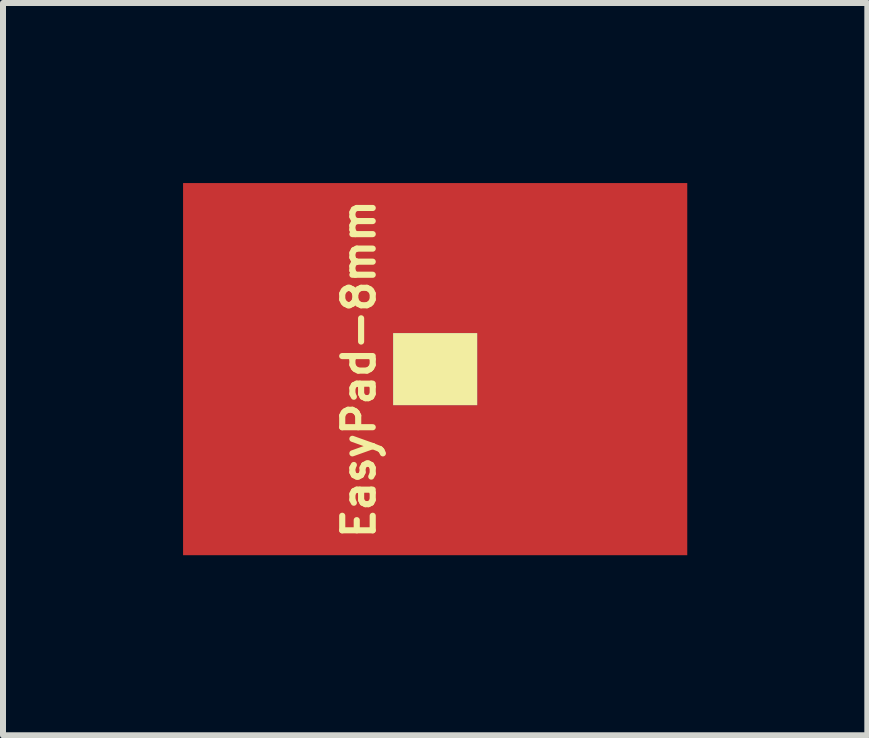
<source format=kicad_pcb>
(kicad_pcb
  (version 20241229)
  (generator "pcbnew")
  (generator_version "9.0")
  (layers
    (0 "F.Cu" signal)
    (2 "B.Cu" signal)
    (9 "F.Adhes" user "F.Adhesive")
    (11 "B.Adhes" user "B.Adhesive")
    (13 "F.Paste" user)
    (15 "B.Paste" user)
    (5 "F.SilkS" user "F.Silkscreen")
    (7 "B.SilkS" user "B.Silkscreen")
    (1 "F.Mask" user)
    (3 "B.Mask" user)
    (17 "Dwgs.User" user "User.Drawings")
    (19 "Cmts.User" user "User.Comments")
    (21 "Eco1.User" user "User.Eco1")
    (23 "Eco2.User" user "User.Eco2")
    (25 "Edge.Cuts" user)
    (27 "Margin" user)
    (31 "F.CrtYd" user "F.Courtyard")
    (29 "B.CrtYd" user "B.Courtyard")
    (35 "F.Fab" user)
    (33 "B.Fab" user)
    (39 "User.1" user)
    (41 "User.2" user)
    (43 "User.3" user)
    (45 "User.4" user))
  (footprint "EasyPad-8mm"
    (layer "F.Cu")
    (at 4.2 3.1)
    (property "Reference" "EasyPad-8mm" (at -1.27 0 90) (layer "F.SilkS") (effects (font (size 0.508 0.508) (thickness 0.102))))
    (attr through_hole)
    (pad "1" thru_hole rect (at 0 0) (size 1.4 1.2) (drill 0.001) (layers "*.Cu" "*.Mask" "F.SilkS"))
    (pad "2" connect rect (at 0 0) (size 8.4 6.2) (layers "F.Cu" "F.Mask")))
  (gr_rect
    (start -3 -3)
    (end 11.4 9.2)
    (stroke (width 0.1) (type default))
    (fill no)
    (layer "Edge.Cuts")))
</source>
